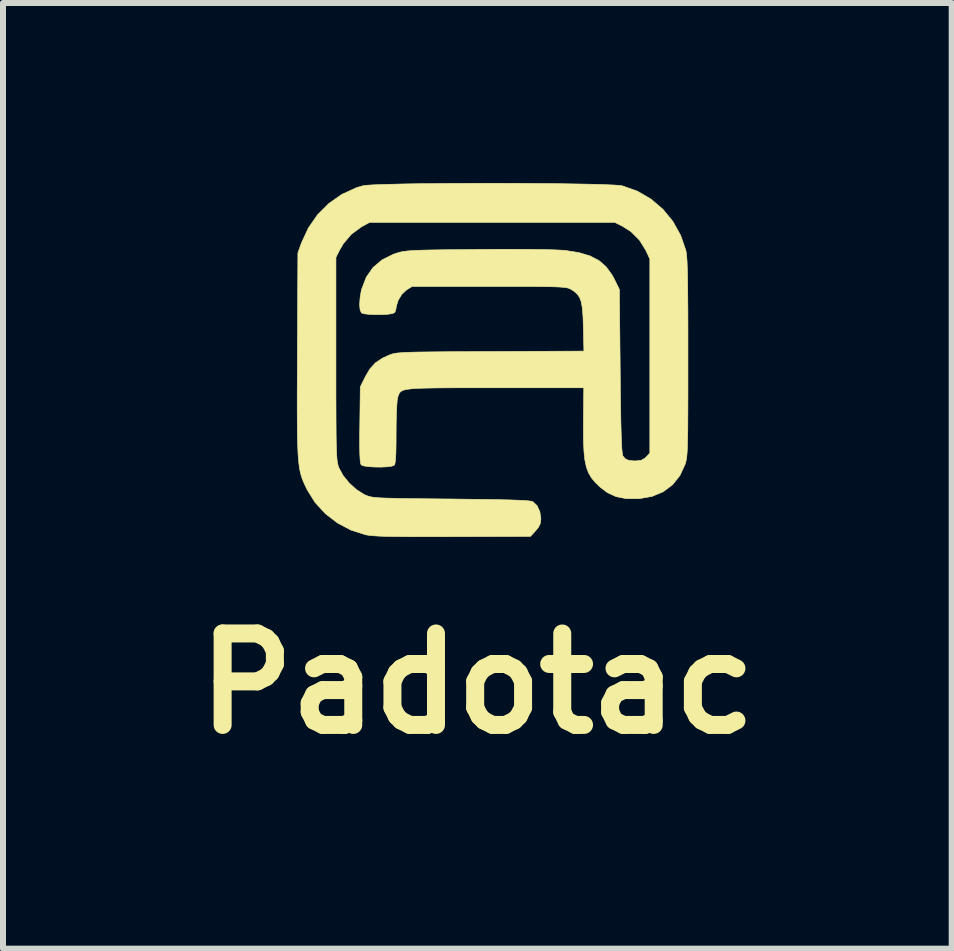
<source format=kicad_pcb>
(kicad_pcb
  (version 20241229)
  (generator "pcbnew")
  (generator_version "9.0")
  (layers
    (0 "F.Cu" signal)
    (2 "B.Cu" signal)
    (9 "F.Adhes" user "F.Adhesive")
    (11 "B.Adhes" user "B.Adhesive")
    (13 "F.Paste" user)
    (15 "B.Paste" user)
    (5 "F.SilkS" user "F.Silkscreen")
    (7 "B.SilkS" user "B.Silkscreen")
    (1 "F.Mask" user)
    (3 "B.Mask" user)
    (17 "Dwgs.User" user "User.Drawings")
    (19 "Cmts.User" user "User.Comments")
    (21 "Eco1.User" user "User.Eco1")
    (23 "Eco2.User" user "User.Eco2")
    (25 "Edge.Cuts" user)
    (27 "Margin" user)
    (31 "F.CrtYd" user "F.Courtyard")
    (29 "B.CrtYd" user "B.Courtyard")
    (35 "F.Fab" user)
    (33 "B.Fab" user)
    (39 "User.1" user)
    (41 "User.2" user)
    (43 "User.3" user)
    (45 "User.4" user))
  (footprint "Padotac"
    (layer "F.Cu")
    (at 5.254 2.905)
    (property "Reference" "Padotac" (at -0.348 5.438 0) (layer "F.SilkS") (effects (font (size 1.524 1.524) (thickness 0.3))))
    (attr through_hole)
    (fp_poly (pts (xy 0.07 -2.9) (xy 0.362 -2.899) (xy 0.648 -2.897) (xy 0.921 -2.895) (xy 1.176 -2.891) (xy 1.41 -2.887) (xy 1.616 -2.883) (xy 1.791 -2.877) (xy 1.929 -2.871) (xy 2.025 -2.864) (xy 2.071 -2.857) (xy 2.321 -2.768) (xy 2.547 -2.636) (xy 2.746 -2.466) (xy 2.912 -2.263) (xy 3.041 -2.031) (xy 3.128 -1.778) (xy 3.135 -1.738) (xy 3.141 -1.681) (xy 3.147 -1.602) (xy 3.151 -1.499) (xy 3.155 -1.367) (xy 3.157 -1.203) (xy 3.159 -1.004) (xy 3.161 -0.766) (xy 3.162 -0.486) (xy 3.162 -0.16) (xy 3.162 0) (xy 3.162 0.331) (xy 3.162 0.615) (xy 3.161 0.856) (xy 3.16 1.058) (xy 3.159 1.226) (xy 3.156 1.362) (xy 3.153 1.472) (xy 3.15 1.558) (xy 3.145 1.626) (xy 3.139 1.678) (xy 3.132 1.72) (xy 3.124 1.754) (xy 3.116 1.781) (xy 3.029 1.969) (xy 2.907 2.123) (xy 2.751 2.24) (xy 2.565 2.318) (xy 2.35 2.356) (xy 2.326 2.357) (xy 2.129 2.355) (xy 1.964 2.322) (xy 1.82 2.256) (xy 1.699 2.164) (xy 1.618 2.086) (xy 1.554 2.009) (xy 1.505 1.926) (xy 1.469 1.829) (xy 1.444 1.712) (xy 1.429 1.568) (xy 1.421 1.391) (xy 1.42 1.172) (xy 1.42 1.073) (xy 1.426 0.508) (xy -0.05 0.508) (xy -0.371 0.508) (xy -0.645 0.508) (xy -0.876 0.509) (xy -1.068 0.511) (xy -1.224 0.514) (xy -1.349 0.518) (xy -1.446 0.525) (xy -1.519 0.534) (xy -1.573 0.546) (xy -1.61 0.562) (xy -1.634 0.58) (xy -1.651 0.603) (xy -1.662 0.63) (xy -1.673 0.662) (xy -1.675 0.666) (xy -1.684 0.718) (xy -1.691 0.814) (xy -1.697 0.945) (xy -1.701 1.104) (xy -1.702 1.256) (xy -1.703 1.452) (xy -1.706 1.6) (xy -1.712 1.705) (xy -1.721 1.77) (xy -1.732 1.798) (xy -1.774 1.815) (xy -1.852 1.825) (xy -1.951 1.83) (xy -2.058 1.829) (xy -2.158 1.823) (xy -2.238 1.811) (xy -2.282 1.794) (xy -2.285 1.792) (xy -2.295 1.764) (xy -2.302 1.706) (xy -2.307 1.613) (xy -2.309 1.48) (xy -2.309 1.305) (xy -2.307 1.125) (xy -2.299 0.494) (xy -2.215 0.323) (xy -2.137 0.191) (xy -2.046 0.092) (xy -1.928 0.014) (xy -1.824 -0.034) (xy -1.795 -0.045) (xy -1.766 -0.055) (xy -1.732 -0.063) (xy -1.69 -0.07) (xy -1.635 -0.075) (xy -1.563 -0.08) (xy -1.47 -0.084) (xy -1.352 -0.087) (xy -1.205 -0.089) (xy -1.025 -0.091) (xy -0.808 -0.093) (xy -0.549 -0.094) (xy -0.246 -0.096) (xy -0.131 -0.096) (xy 1.428 -0.103) (xy 1.419 -0.503) (xy 1.413 -0.683) (xy 1.402 -0.82) (xy 1.384 -0.923) (xy 1.356 -0.999) (xy 1.315 -1.056) (xy 1.26 -1.103) (xy 1.218 -1.129) (xy 1.197 -1.141) (xy 1.173 -1.151) (xy 1.142 -1.159) (xy 1.1 -1.165) (xy 1.042 -1.17) (xy 0.964 -1.174) (xy 0.861 -1.177) (xy 0.729 -1.179) (xy 0.564 -1.18) (xy 0.361 -1.181) (xy 0.115 -1.181) (xy -0.152 -1.181) (xy -1.435 -1.181) (xy -1.528 -1.123) (xy -1.605 -1.052) (xy -1.666 -0.954) (xy -1.699 -0.85) (xy -1.702 -0.817) (xy -1.718 -0.761) (xy -1.732 -0.742) (xy -1.773 -0.727) (xy -1.85 -0.716) (xy -1.948 -0.711) (xy -2.055 -0.711) (xy -2.155 -0.716) (xy -2.235 -0.725) (xy -2.279 -0.74) (xy -2.281 -0.742) (xy -2.303 -0.793) (xy -2.31 -0.879) (xy -2.303 -0.988) (xy -2.283 -1.107) (xy -2.274 -1.14) (xy -2.199 -1.335) (xy -2.087 -1.496) (xy -1.937 -1.623) (xy -1.749 -1.717) (xy -1.707 -1.731) (xy -1.666 -1.744) (xy -1.625 -1.755) (xy -1.579 -1.764) (xy -1.523 -1.771) (xy -1.453 -1.777) (xy -1.364 -1.782) (xy -1.251 -1.786) (xy -1.108 -1.789) (xy -0.931 -1.792) (xy -0.715 -1.794) (xy -0.455 -1.796) (xy -0.336 -1.798) (xy -0.009 -1.8) (xy 0.285 -1.8) (xy 0.542 -1.799) (xy 0.759 -1.796) (xy 0.932 -1.791) (xy 1.06 -1.785) (xy 1.116 -1.781) (xy 1.343 -1.745) (xy 1.529 -1.69) (xy 1.678 -1.613) (xy 1.799 -1.508) (xy 1.897 -1.373) (xy 1.936 -1.301) (xy 2.019 -1.132) (xy 2.033 0.228) (xy 2.036 0.556) (xy 2.04 0.835) (xy 2.044 1.069) (xy 2.049 1.259) (xy 2.054 1.408) (xy 2.06 1.519) (xy 2.067 1.593) (xy 2.074 1.635) (xy 2.076 1.642) (xy 2.115 1.69) (xy 2.172 1.717) (xy 2.261 1.727) (xy 2.296 1.727) (xy 2.383 1.717) (xy 2.445 1.682) (xy 2.466 1.662) (xy 2.527 1.596) (xy 2.527 -1.638) (xy 2.46 -1.782) (xy 2.354 -1.953) (xy 2.212 -2.095) (xy 2.068 -2.186) (xy 1.943 -2.248) (xy -2.146 -2.248) (xy -2.282 -2.173) (xy -2.447 -2.052) (xy -2.583 -1.892) (xy -2.647 -1.781) (xy -2.705 -1.664) (xy -2.705 0.025) (xy -2.705 0.361) (xy -2.705 0.649) (xy -2.704 0.894) (xy -2.703 1.1) (xy -2.702 1.271) (xy -2.7 1.41) (xy -2.697 1.522) (xy -2.694 1.61) (xy -2.689 1.678) (xy -2.684 1.731) (xy -2.677 1.771) (xy -2.669 1.803) (xy -2.66 1.831) (xy -2.656 1.841) (xy -2.587 1.969) (xy -2.484 2.096) (xy -2.361 2.207) (xy -2.234 2.287) (xy -2.228 2.29) (xy -2.198 2.303) (xy -2.168 2.314) (xy -2.134 2.324) (xy -2.092 2.331) (xy -2.038 2.338) (xy -1.965 2.343) (xy -1.871 2.347) (xy -1.75 2.35) (xy -1.598 2.353) (xy -1.411 2.356) (xy -1.184 2.358) (xy -0.912 2.361) (xy -0.787 2.362) (xy -0.477 2.366) (xy -0.213 2.369) (xy 0.006 2.373) (xy 0.184 2.377) (xy 0.325 2.382) (xy 0.432 2.387) (xy 0.507 2.393) (xy 0.555 2.4) (xy 0.578 2.407) (xy 0.648 2.474) (xy 0.694 2.575) (xy 0.711 2.692) (xy 0.702 2.769) (xy 0.669 2.836) (xy 0.624 2.89) (xy 0.537 2.985) (xy -0.754 2.989) (xy -1.06 2.99) (xy -1.32 2.99) (xy -1.538 2.989) (xy -1.718 2.987) (xy -1.863 2.985) (xy -1.98 2.981) (xy -2.071 2.975) (xy -2.141 2.969) (xy -2.194 2.961) (xy -2.21 2.958) (xy -2.452 2.881) (xy -2.678 2.762) (xy -2.88 2.607) (xy -3.051 2.421) (xy -3.182 2.212) (xy -3.184 2.208) (xy -3.216 2.142) (xy -3.244 2.081) (xy -3.268 2.021) (xy -3.288 1.958) (xy -3.305 1.887) (xy -3.318 1.806) (xy -3.329 1.709) (xy -3.337 1.593) (xy -3.343 1.454) (xy -3.347 1.287) (xy -3.349 1.089) (xy -3.35 0.857) (xy -3.35 0.584) (xy -3.348 0.269) (xy -3.347 -0.048) (xy -3.339 -1.74) (xy -3.28 -1.905) (xy -3.165 -2.154) (xy -3.012 -2.375) (xy -2.824 -2.563) (xy -2.607 -2.715) (xy -2.365 -2.826) (xy -2.259 -2.858) (xy -2.204 -2.866) (xy -2.104 -2.873) (xy -1.962 -2.879) (xy -1.783 -2.884) (xy -1.574 -2.889) (xy -1.338 -2.893) (xy -1.08 -2.895) (xy -0.806 -2.898) (xy -0.519 -2.899) (xy -0.226 -2.9) (xy 0.07 -2.9)) (stroke (width 0.01) (type solid)) (fill yes) (layer "F.SilkS")))
  (gr_rect
    (start -3 -3)
    (end 12.812 12.761)
    (stroke (width 0.1) (type default))
    (fill no)
    (layer "Edge.Cuts")))
</source>
